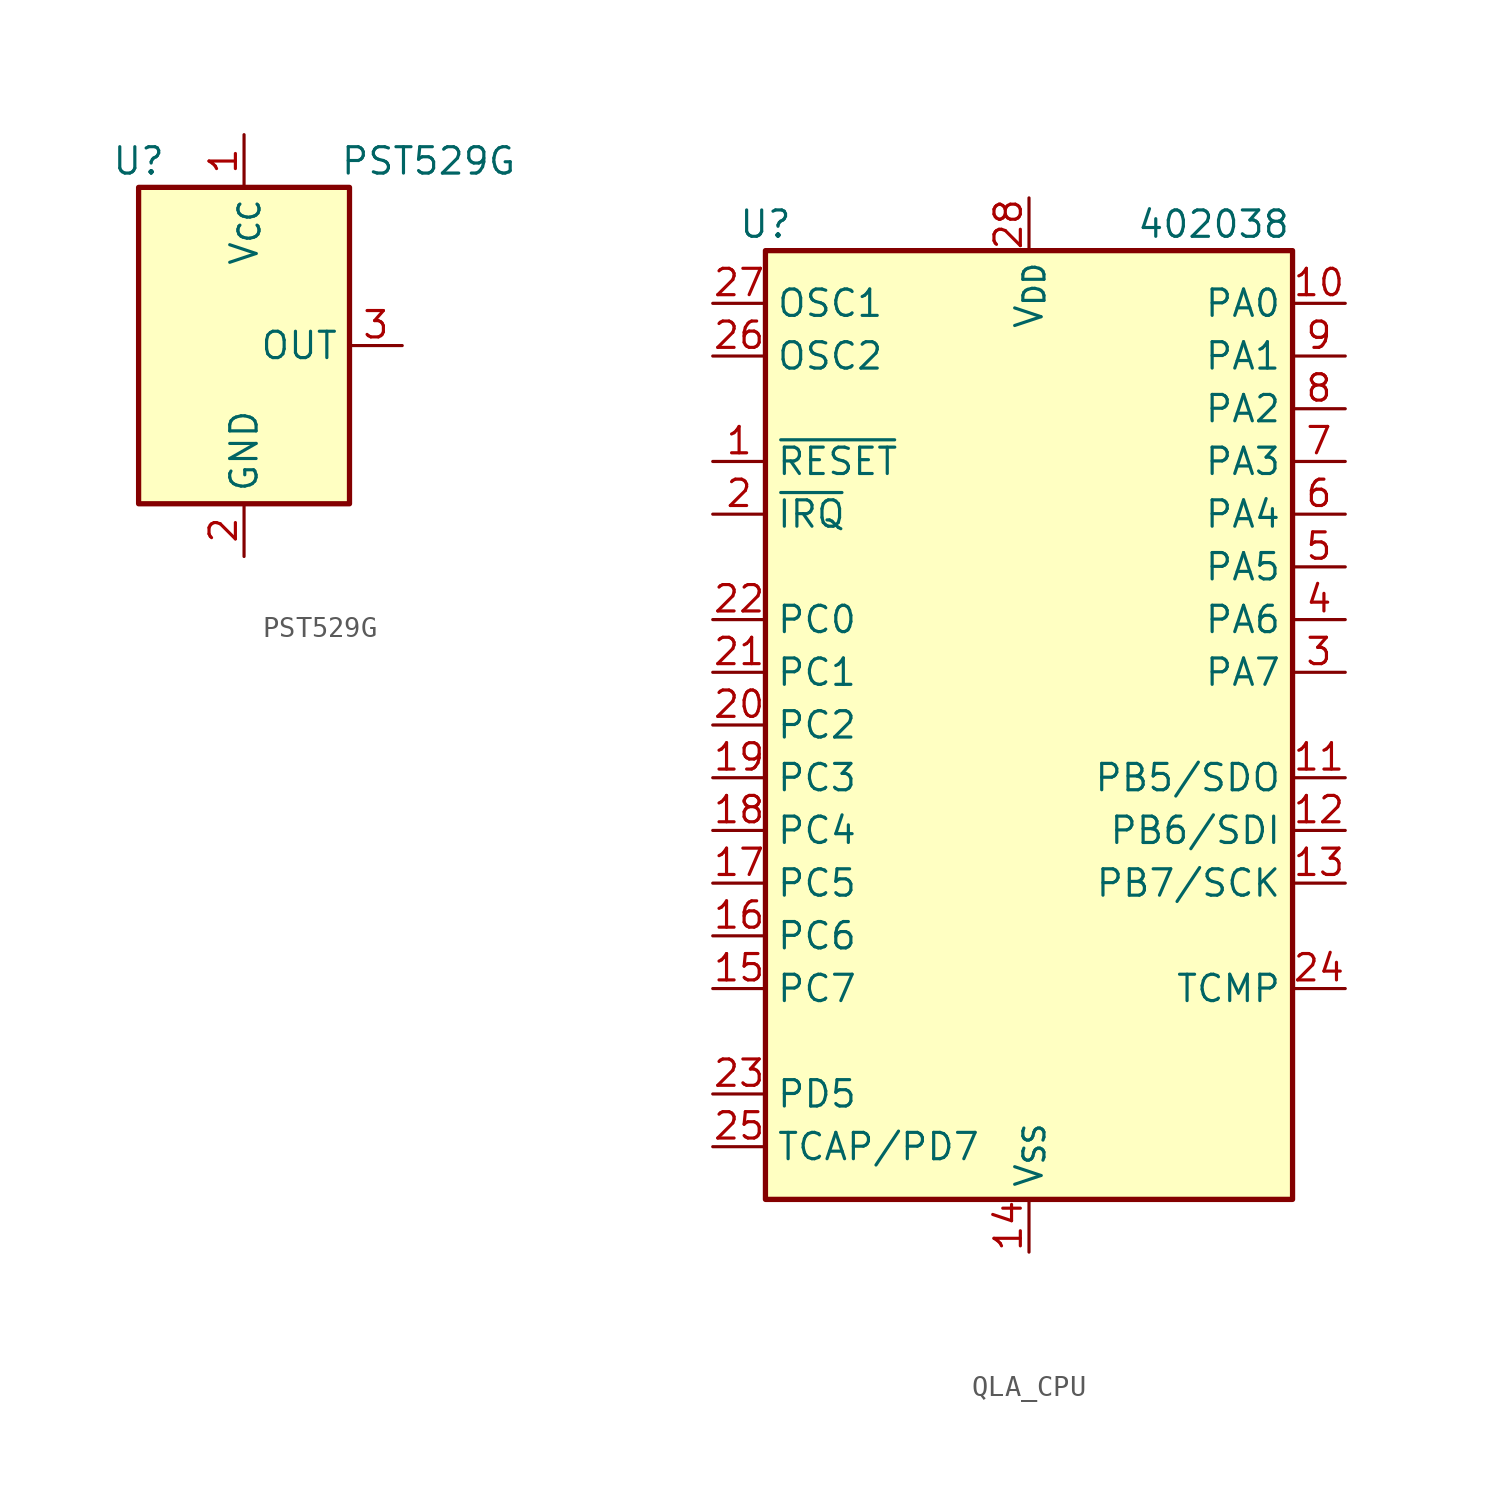
<source format=kicad_sym>
(kicad_symbol_lib
  (version 20231120)
  (generator "kicad_symbol_editor")
  (generator_version "8.0")
  (symbol "PST529G"
    (property "Reference" "U"
      (at -5.08 8.89 0)
      (effects (font (size 1.27 1.27))))
    (property "Value" "PST529G"
      (at 8.89 8.89 0)
      (effects (font (size 1.27 1.27))))
    (symbol "PST529G_0_1"
      (rectangle (start 5.08 7.62) (end -5.08 -7.62) (stroke (width 0.254) (type default)) (fill (type background))))
    (symbol "PST529G_1_1"
      (pin power_in line (at 0 10.16 270) (length 2.54) (name "V_{CC}" (effects (font (size 1.27 1.27)))) (number "1" (effects (font (size 1.27 1.27)))))
      (pin power_in line (at 0 -10.16 90) (length 2.54) (name "GND" (effects (font (size 1.27 1.27)))) (number "2" (effects (font (size 1.27 1.27)))))
      (pin open_collector line (at 7.62 0 180) (length 2.54) (name "OUT" (effects (font (size 1.27 1.27)))) (number "3" (effects (font (size 1.27 1.27)))))))
  (symbol "QLA_CPU"
    (property "Reference" "U"
      (at -12.7 24.13 0)
      (effects (font (size 1.27 1.27))))
    (property "Value" "402038"
      (at 8.89 24.13 0)
      (effects (font (size 1.27 1.27))))
    (property "Datasheet" ""
      (at 0 20.32 0)
      (effects (font (size 1.27 1.27))))
    (symbol "QLA_CPU_1_0"
      (pin input line (at -15.24 12.7 0) (length 2.54) (name "~{RESET}" (effects (font (size 1.27 1.27)))) (number "1" (effects (font (size 1.27 1.27)))))
      (pin bidirectional line (at 15.24 20.32 180) (length 2.54) (name "PA0" (effects (font (size 1.27 1.27)))) (number "10" (effects (font (size 1.27 1.27)))))
      (pin bidirectional line (at 15.24 -2.54 180) (length 2.54) (name "PB5/SDO" (effects (font (size 1.27 1.27)))) (number "11" (effects (font (size 1.27 1.27)))))
      (pin bidirectional line (at 15.24 -5.08 180) (length 2.54) (name "PB6/SDI" (effects (font (size 1.27 1.27)))) (number "12" (effects (font (size 1.27 1.27)))))
      (pin bidirectional line (at 15.24 -7.62 180) (length 2.54) (name "PB7/SCK" (effects (font (size 1.27 1.27)))) (number "13" (effects (font (size 1.27 1.27)))))
      (pin power_in line (at 0 -25.4 90) (length 2.54) (name "V_{SS}" (effects (font (size 1.27 1.27)))) (number "14" (effects (font (size 1.27 1.27)))))
      (pin bidirectional line (at -15.24 -12.7 0) (length 2.54) (name "PC7" (effects (font (size 1.27 1.27)))) (number "15" (effects (font (size 1.27 1.27)))))
      (pin bidirectional line (at -15.24 -10.16 0) (length 2.54) (name "PC6" (effects (font (size 1.27 1.27)))) (number "16" (effects (font (size 1.27 1.27)))))
      (pin bidirectional line (at -15.24 -7.62 0) (length 2.54) (name "PC5" (effects (font (size 1.27 1.27)))) (number "17" (effects (font (size 1.27 1.27)))))
      (pin bidirectional line (at -15.24 -5.08 0) (length 2.54) (name "PC4" (effects (font (size 1.27 1.27)))) (number "18" (effects (font (size 1.27 1.27)))))
      (pin bidirectional line (at -15.24 -2.54 0) (length 2.54) (name "PC3" (effects (font (size 1.27 1.27)))) (number "19" (effects (font (size 1.27 1.27)))))
      (pin input line (at -15.24 10.16 0) (length 2.54) (name "~{IRQ}" (effects (font (size 1.27 1.27)))) (number "2" (effects (font (size 1.27 1.27)))))
      (pin bidirectional line (at -15.24 0 0) (length 2.54) (name "PC2" (effects (font (size 1.27 1.27)))) (number "20" (effects (font (size 1.27 1.27)))))
      (pin bidirectional line (at -15.24 2.54 0) (length 2.54) (name "PC1" (effects (font (size 1.27 1.27)))) (number "21" (effects (font (size 1.27 1.27)))))
      (pin bidirectional line (at -15.24 5.08 0) (length 2.54) (name "PC0" (effects (font (size 1.27 1.27)))) (number "22" (effects (font (size 1.27 1.27)))))
      (pin bidirectional line (at -15.24 -17.78 0) (length 2.54) (name "PD5" (effects (font (size 1.27 1.27)))) (number "23" (effects (font (size 1.27 1.27)))))
      (pin output line (at 15.24 -12.7 180) (length 2.54) (name "TCMP" (effects (font (size 1.27 1.27)))) (number "24" (effects (font (size 1.27 1.27)))))
      (pin input line (at -15.24 -20.32 0) (length 2.54) (name "TCAP/PD7" (effects (font (size 1.27 1.27)))) (number "25" (effects (font (size 1.27 1.27)))))
      (pin output line (at -15.24 17.78 0) (length 2.54) (name "OSC2" (effects (font (size 1.27 1.27)))) (number "26" (effects (font (size 1.27 1.27)))))
      (pin input line (at -15.24 20.32 0) (length 2.54) (name "OSC1" (effects (font (size 1.27 1.27)))) (number "27" (effects (font (size 1.27 1.27)))))
      (pin power_in line (at 0 25.4 270) (length 2.54) (name "V_{DD}" (effects (font (size 1.27 1.27)))) (number "28" (effects (font (size 1.27 1.27)))))
      (pin bidirectional line (at 15.24 2.54 180) (length 2.54) (name "PA7" (effects (font (size 1.27 1.27)))) (number "3" (effects (font (size 1.27 1.27)))))
      (pin bidirectional line (at 15.24 5.08 180) (length 2.54) (name "PA6" (effects (font (size 1.27 1.27)))) (number "4" (effects (font (size 1.27 1.27)))))
      (pin bidirectional line (at 15.24 7.62 180) (length 2.54) (name "PA5" (effects (font (size 1.27 1.27)))) (number "5" (effects (font (size 1.27 1.27)))))
      (pin bidirectional line (at 15.24 10.16 180) (length 2.54) (name "PA4" (effects (font (size 1.27 1.27)))) (number "6" (effects (font (size 1.27 1.27)))))
      (pin bidirectional line (at 15.24 12.7 180) (length 2.54) (name "PA3" (effects (font (size 1.27 1.27)))) (number "7" (effects (font (size 1.27 1.27)))))
      (pin bidirectional line (at 15.24 15.24 180) (length 2.54) (name "PA2" (effects (font (size 1.27 1.27)))) (number "8" (effects (font (size 1.27 1.27)))))
      (pin bidirectional line (at 15.24 17.78 180) (length 2.54) (name "PA1" (effects (font (size 1.27 1.27)))) (number "9" (effects (font (size 1.27 1.27))))))
    (symbol "QLA_CPU_1_1"
      (rectangle (start -12.7 22.86) (end 12.7 -22.86) (stroke (width 0.254) (type default)) (fill (type background))))))
</source>
